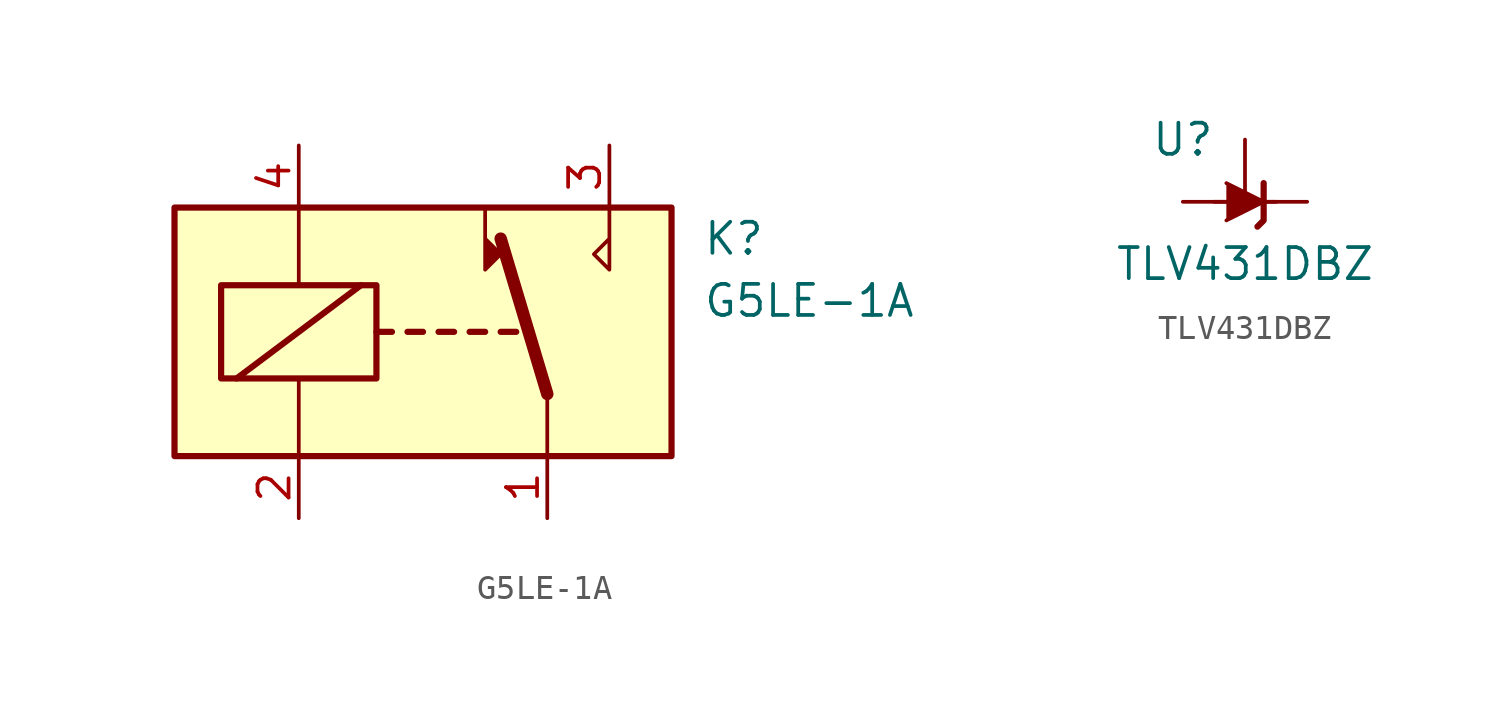
<source format=kicad_sym>
(kicad_symbol_lib
  (version 20211014)
  (generator kicad_symbol_editor)
  (symbol "G5LE-1A"
    (property "Reference" "K"
      (at 11.43 3.81 0)
      (effects (font (size 1.27 1.27)) (justify left)))
    (property "Value" "G5LE-1A"
      (at 11.43 1.27 0)
      (effects (font (size 1.27 1.27)) (justify left)))
    (symbol "G5LE-1A_0_0"
      (polyline (pts (xy 7.62 5.08) (xy 7.62 2.54) (xy 6.985 3.175) (xy 7.62 3.81)) (stroke (width 0) (type default) (color 0 0 0 0)) (fill (type none))))
    (symbol "G5LE-1A_0_1"
      (rectangle (start -10.16 5.08) (end 10.16 -5.08) (stroke (width 0.254) (type default) (color 0 0 0 0)) (fill (type background)))
      (rectangle (start -8.255 1.905) (end -1.905 -1.905) (stroke (width 0.254) (type default) (color 0 0 0 0)) (fill (type none)))
      (polyline (pts (xy -7.62 -1.905) (xy -2.54 1.905)) (stroke (width 0.254) (type default) (color 0 0 0 0)) (fill (type none)))
      (polyline (pts (xy -5.08 -5.08) (xy -5.08 -1.905)) (stroke (width 0) (type default) (color 0 0 0 0)) (fill (type none)))
      (polyline (pts (xy -5.08 5.08) (xy -5.08 1.905)) (stroke (width 0) (type default) (color 0 0 0 0)) (fill (type none)))
      (polyline (pts (xy -1.905 0) (xy -1.27 0)) (stroke (width 0.254) (type default) (color 0 0 0 0)) (fill (type none)))
      (polyline (pts (xy -0.635 0) (xy 0 0)) (stroke (width 0.254) (type default) (color 0 0 0 0)) (fill (type none)))
      (polyline (pts (xy 0.635 0) (xy 1.27 0)) (stroke (width 0.254) (type default) (color 0 0 0 0)) (fill (type none)))
      (polyline (pts (xy 1.905 0) (xy 2.54 0)) (stroke (width 0.254) (type default) (color 0 0 0 0)) (fill (type none)))
      (polyline (pts (xy 3.175 0) (xy 3.81 0)) (stroke (width 0.254) (type default) (color 0 0 0 0)) (fill (type none)))
      (polyline (pts (xy 5.08 -2.54) (xy 3.175 3.81)) (stroke (width 0.508) (type default) (color 0 0 0 0)) (fill (type none)))
      (polyline (pts (xy 5.08 -2.54) (xy 5.08 -5.08)) (stroke (width 0) (type default) (color 0 0 0 0)) (fill (type none)))
      (polyline (pts (xy 2.54 5.08) (xy 2.54 2.54) (xy 3.175 3.175) (xy 2.54 3.81)) (stroke (width 0) (type default) (color 0 0 0 0)) (fill (type outline))))
    (symbol "G5LE-1A_1_1"
      (pin passive line (at 5.08 -7.62 90) (length 2.54) (name "~" (effects (font (size 1.27 1.27)))) (number "1" (effects (font (size 1.27 1.27)))))
      (pin passive line (at -5.08 -7.62 90) (length 2.54) (name "~" (effects (font (size 1.27 1.27)))) (number "2" (effects (font (size 1.27 1.27)))))
      (pin passive line (at 7.62 7.62 270) (length 2.54) (name "~" (effects (font (size 1.27 1.27)))) (number "3" (effects (font (size 1.27 1.27)))))
      (pin passive line (at -5.08 7.62 270) (length 2.54) (name "~" (effects (font (size 1.27 1.27)))) (number "4" (effects (font (size 1.27 1.27)))))))
  (symbol "TLV431DBZ"
    (pin_numbers hide)
    (pin_names hide)
    (property "Reference" "U"
      (at -2.54 2.54 0)
      (effects (font (size 1.27 1.27))))
    (property "Value" "TLV431DBZ"
      (at 0 -2.54 0)
      (effects (font (size 1.27 1.27))))
    (symbol "TLV431DBZ_0_1"
      (polyline (pts (xy -1.27 0) (xy 0 0) (xy 1.27 0)) (stroke (width 0) (type default) (color 0 0 0 0)) (fill (type none)))
      (polyline (pts (xy -0.762 0.762) (xy 0.762 0) (xy -0.762 -0.762)) (stroke (width 0) (type default) (color 0 0 0 0)) (fill (type outline)))
      (polyline (pts (xy 0.508 -1.016) (xy 0.762 -0.762) (xy 0.762 0.762) (xy 0.762 0.762)) (stroke (width 0.254) (type default) (color 0 0 0 0)) (fill (type none))))
    (symbol "TLV431DBZ_1_1"
      (pin passive line (at 0 2.54 270) (length 2.54) (name "REF" (effects (font (size 1.27 1.27)))) (number "1" (effects (font (size 1.27 1.27)))))
      (pin passive line (at 2.54 0 180) (length 2.54) (name "K" (effects (font (size 1.27 1.27)))) (number "2" (effects (font (size 1.27 1.27)))))
      (pin passive line (at -2.54 0 0) (length 2.54) (name "A" (effects (font (size 1.27 1.27)))) (number "3" (effects (font (size 1.27 1.27))))))))
</source>
